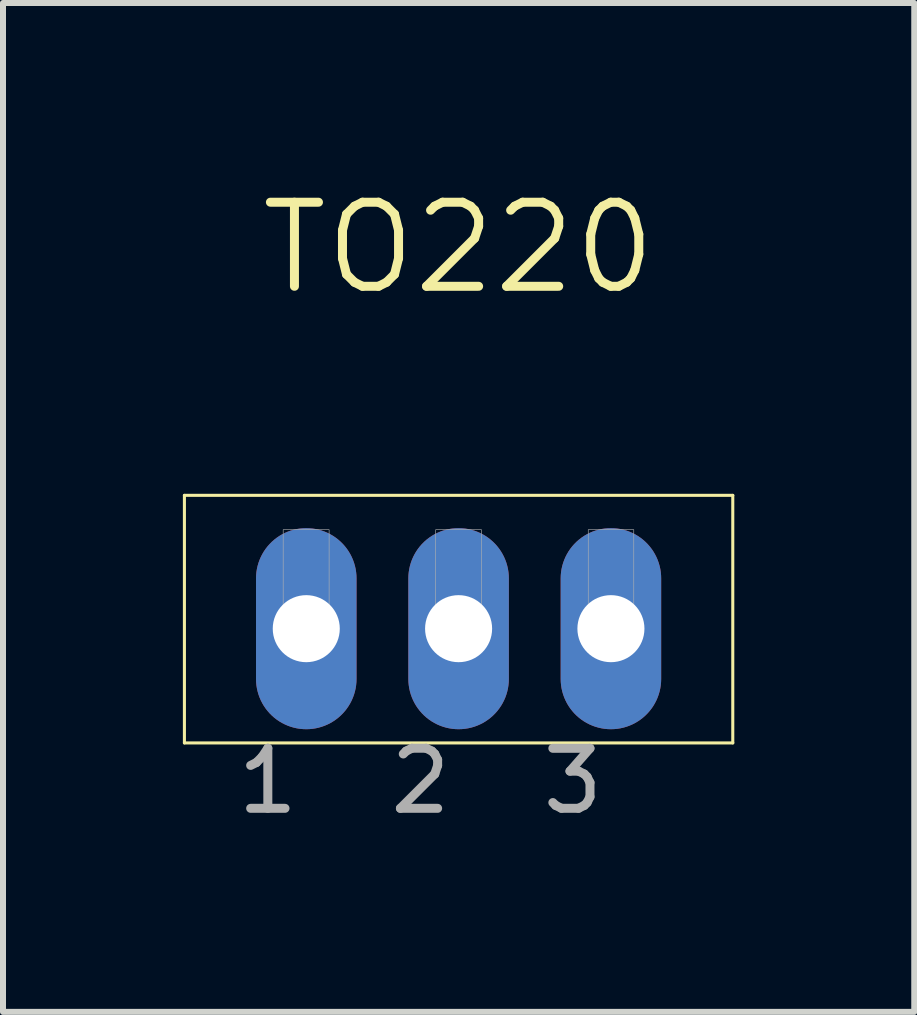
<source format=kicad_pcb>
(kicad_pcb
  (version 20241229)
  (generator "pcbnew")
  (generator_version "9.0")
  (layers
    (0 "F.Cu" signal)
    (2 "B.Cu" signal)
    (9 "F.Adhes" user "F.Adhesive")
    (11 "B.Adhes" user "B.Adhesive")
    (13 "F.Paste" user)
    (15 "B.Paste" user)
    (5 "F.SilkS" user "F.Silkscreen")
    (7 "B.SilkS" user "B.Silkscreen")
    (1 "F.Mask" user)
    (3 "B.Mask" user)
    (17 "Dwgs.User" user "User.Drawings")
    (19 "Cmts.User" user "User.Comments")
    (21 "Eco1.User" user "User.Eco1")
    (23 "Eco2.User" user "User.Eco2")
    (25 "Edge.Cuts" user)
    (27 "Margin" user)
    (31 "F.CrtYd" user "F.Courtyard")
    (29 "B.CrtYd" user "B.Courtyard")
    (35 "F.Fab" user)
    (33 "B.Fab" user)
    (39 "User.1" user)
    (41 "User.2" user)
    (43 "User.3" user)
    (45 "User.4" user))
  (footprint "TO220"
    (layer "F.Cu")
    (at 4.597 8.703)
    (property "Reference" "TO220" (at 0 -7.62 0) (layer "F.SilkS") (effects (font (size 1.402 1.402) (thickness 0.15))))
    (attr through_hole)
    (fp_line (start -4.572 0.635) (end -4.572 -3.493) (stroke (width 0.051) (type solid)) (layer "F.SilkS"))
    (fp_line (start -4.572 0.635) (end 4.572 0.635) (stroke (width 0.051) (type solid)) (layer "F.SilkS"))
    (fp_line (start 4.572 -3.493) (end -4.572 -3.493) (stroke (width 0.051) (type solid)) (layer "F.SilkS"))
    (fp_line (start 4.572 -3.493) (end 4.572 0.635) (stroke (width 0.051) (type solid)) (layer "F.SilkS"))
    (fp_poly (pts (xy -2.925 -2.921) (xy -2.159 -2.921) (xy -2.159 -1.008) (xy -2.925 -1.008)) (stroke (width 0.01) (type solid)) (fill no) (layer "F.Fab"))
    (fp_poly (pts (xy -0.382 -2.921) (xy 0.381 -2.921) (xy 0.381 -1.003) (xy -0.382 -1.003)) (stroke (width 0.01) (type solid)) (fill no) (layer "F.Fab"))
    (fp_poly (pts (xy 2.162 -2.921) (xy 2.921 -2.921) (xy 2.921 -1.008) (xy 2.162 -1.008)) (stroke (width 0.01) (type solid)) (fill no) (layer "F.Fab"))
    (fp_text user "2" (at -0.636 1.27 0) (layer "F.Fab") (effects (font (size 1.002 1.002) (thickness 0.15))))
    (fp_text user "3" (at 1.905 1.27 0) (layer "F.Fab") (effects (font (size 1 1) (thickness 0.15))))
    (fp_text user "1" (at -3.181 1.27 0) (layer "F.Fab") (effects (font (size 1.002 1.002) (thickness 0.15))))
    (pad "1" thru_hole oval (at -2.54 -1.27) (size 1.676 3.353) (drill 1.118) (layers "*.Cu" "*.Mask"))
    (pad "2" thru_hole oval (at 0 -1.27) (size 1.676 3.353) (drill 1.118) (layers "*.Cu" "*.Mask"))
    (pad "3" thru_hole oval (at 2.54 -1.27) (size 1.676 3.353) (drill 1.118) (layers "*.Cu" "*.Mask")))
  (gr_rect
    (start -3 -3)
    (end 12.195 13.823)
    (stroke (width 0.1) (type default))
    (fill no)
    (layer "Edge.Cuts")))
</source>
